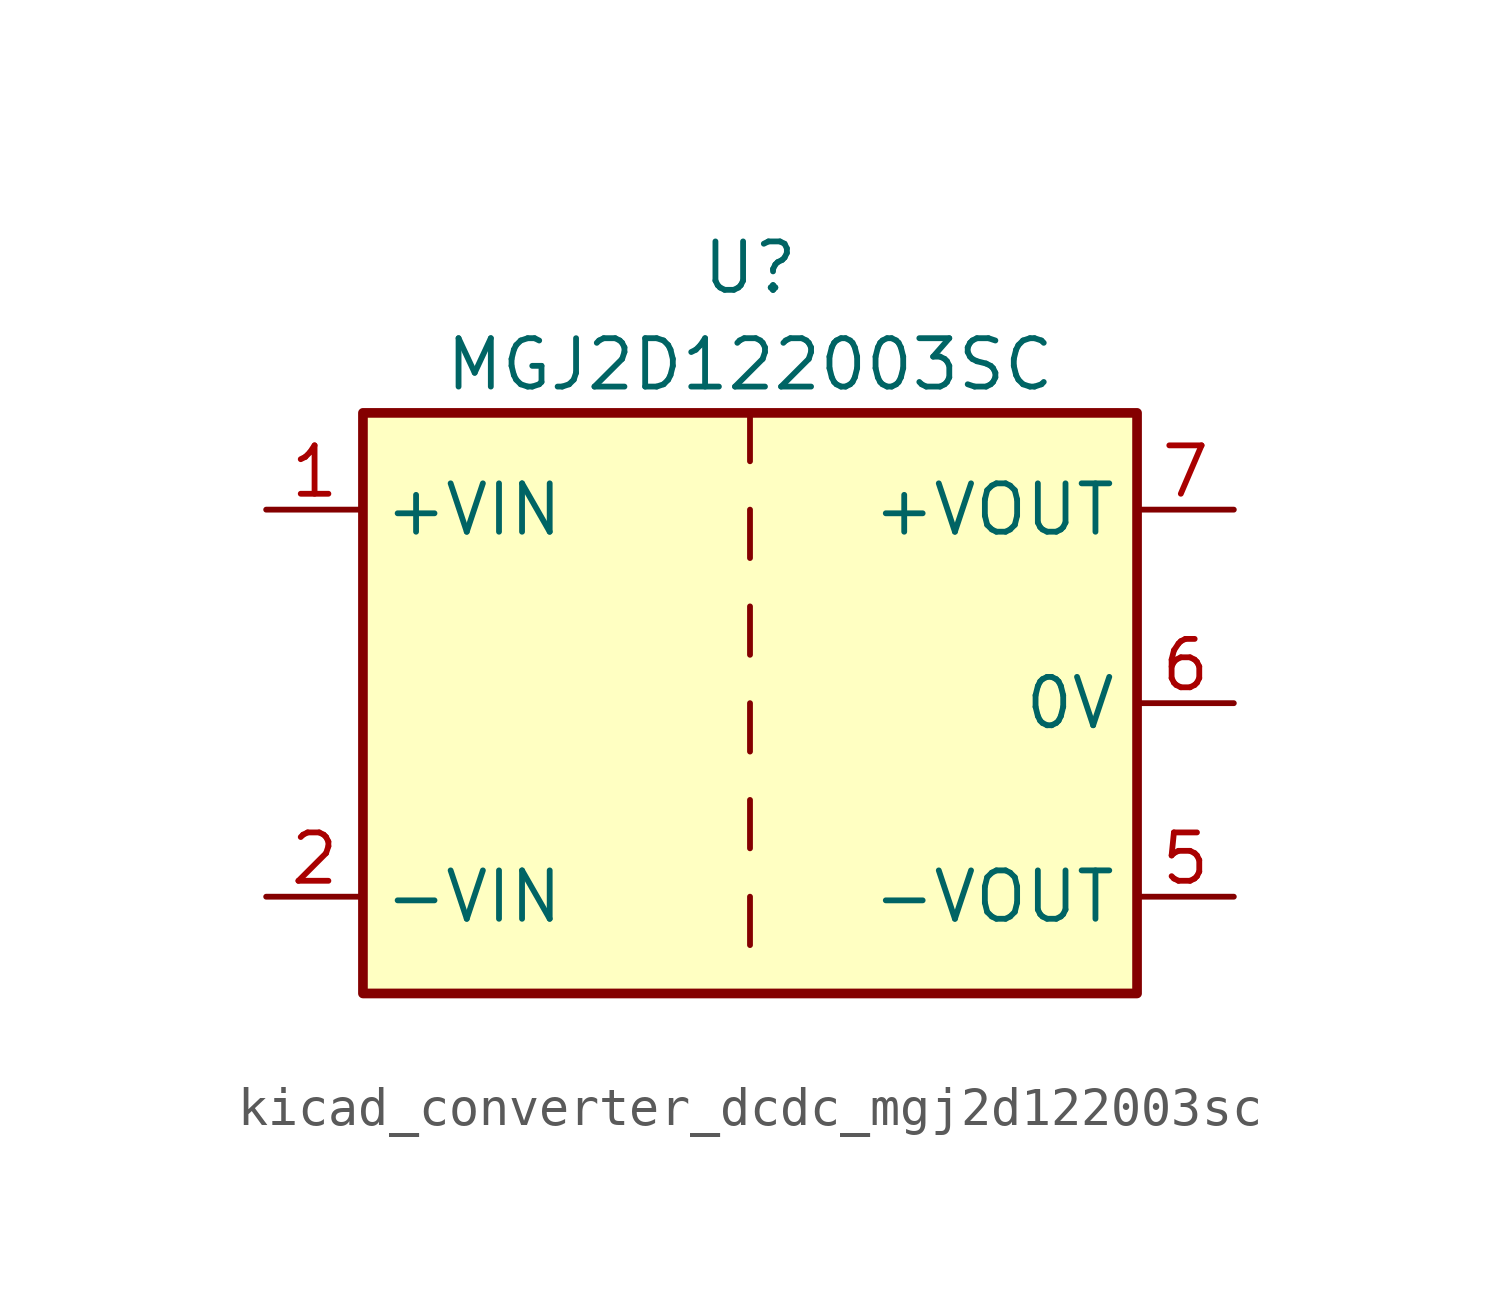
<source format=kicad_sym>
(kicad_symbol_lib
  (version 20220914)
  (generator kicad_symbol_editor)
  (symbol "kicad_converter_dcdc_mgj2d122003sc"
    (property "Reference" "U"
      (at 0 11.43 0)
      (effects (font (size 1.27 1.27))))
    (property "Value" "MGJ2D122003SC"
      (at 0 8.89 0)
      (effects (font (size 1.27 1.27))))
    (symbol "kicad_converter_dcdc_mgj2d122003sc_0_1"
      (rectangle (start -10.16 7.62) (end 10.16 -7.62) (stroke (width 0.254) (type default)) (fill (type background)))
      (polyline (pts (xy 0 -5.08) (xy 0 -6.35)) (stroke (width 0) (type default)) (fill (type none)))
      (polyline (pts (xy 0 -2.54) (xy 0 -3.81)) (stroke (width 0) (type default)) (fill (type none)))
      (polyline (pts (xy 0 0) (xy 0 -1.27)) (stroke (width 0) (type default)) (fill (type none)))
      (polyline (pts (xy 0 2.54) (xy 0 1.27)) (stroke (width 0) (type default)) (fill (type none)))
      (polyline (pts (xy 0 5.08) (xy 0 3.81)) (stroke (width 0) (type default)) (fill (type none)))
      (polyline (pts (xy 0 7.62) (xy 0 6.35)) (stroke (width 0) (type default)) (fill (type none))))
    (symbol "kicad_converter_dcdc_mgj2d122003sc_1_1"
      (pin power_in line (at -12.7 5.08 0) (length 2.54) (name "+VIN" (effects (font (size 1.27 1.27)))) (number "1" (effects (font (size 1.27 1.27)))))
      (pin power_in line (at -12.7 -5.08 0) (length 2.54) (name "-VIN" (effects (font (size 1.27 1.27)))) (number "2" (effects (font (size 1.27 1.27)))))
      (pin power_out line (at 12.7 -5.08 180) (length 2.54) (name "-VOUT" (effects (font (size 1.27 1.27)))) (number "5" (effects (font (size 1.27 1.27)))))
      (pin power_out line (at 12.7 0 180) (length 2.54) (name "0V" (effects (font (size 1.27 1.27)))) (number "6" (effects (font (size 1.27 1.27)))))
      (pin power_out line (at 12.7 5.08 180) (length 2.54) (name "+VOUT" (effects (font (size 1.27 1.27)))) (number "7" (effects (font (size 1.27 1.27))))))))
</source>
